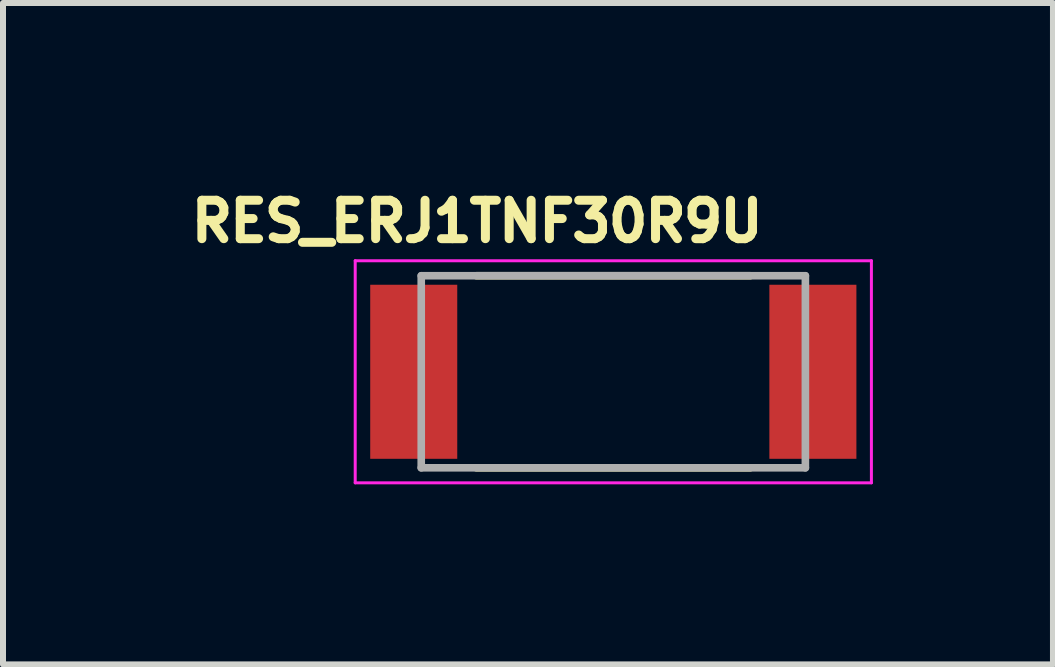
<source format=kicad_pcb>
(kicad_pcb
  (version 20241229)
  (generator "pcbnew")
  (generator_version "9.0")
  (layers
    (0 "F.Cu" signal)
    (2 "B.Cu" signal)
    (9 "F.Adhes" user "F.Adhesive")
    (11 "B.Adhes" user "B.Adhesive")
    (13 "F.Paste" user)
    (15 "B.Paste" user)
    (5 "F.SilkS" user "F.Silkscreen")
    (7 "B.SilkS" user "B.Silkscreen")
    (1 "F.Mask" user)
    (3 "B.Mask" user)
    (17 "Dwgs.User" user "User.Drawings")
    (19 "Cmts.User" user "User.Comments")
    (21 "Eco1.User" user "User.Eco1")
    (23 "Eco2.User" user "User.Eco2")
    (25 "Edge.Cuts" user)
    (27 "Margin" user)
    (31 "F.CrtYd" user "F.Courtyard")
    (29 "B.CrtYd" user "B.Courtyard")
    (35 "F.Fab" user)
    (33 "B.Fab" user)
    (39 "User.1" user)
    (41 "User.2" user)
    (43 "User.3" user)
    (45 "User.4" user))
  (footprint "RES_ERJ1TNF30R9U"
    (layer "F.Cu")
    (at 7.168 3.144)
    (property "Reference" "RES_ERJ1TNF30R9U" (at -2.268 -2.506 0) (layer "F.SilkS") (effects (font (size 0.64 0.64) (thickness 0.15))))
    (attr through_hole)
    (fp_line (start -2.28 -1.6) (end 2.28 -1.6) (stroke (width 0.127) (type solid)) (layer "F.SilkS"))
    (fp_line (start -2.28 1.6) (end 2.28 1.6) (stroke (width 0.127) (type solid)) (layer "F.SilkS"))
    (fp_line (start -4.3 -1.85) (end -4.3 1.85) (stroke (width 0.05) (type solid)) (layer "F.CrtYd"))
    (fp_line (start -4.3 1.85) (end 4.3 1.85) (stroke (width 0.05) (type solid)) (layer "F.CrtYd"))
    (fp_line (start 4.3 -1.85) (end -4.3 -1.85) (stroke (width 0.05) (type solid)) (layer "F.CrtYd"))
    (fp_line (start 4.3 1.85) (end 4.3 -1.85) (stroke (width 0.05) (type solid)) (layer "F.CrtYd"))
    (fp_line (start -3.2 -1.6) (end -3.2 1.6) (stroke (width 0.127) (type solid)) (layer "F.Fab"))
    (fp_line (start -3.2 -1.6) (end 3.2 -1.6) (stroke (width 0.127) (type solid)) (layer "F.Fab"))
    (fp_line (start -3.2 1.6) (end 3.2 1.6) (stroke (width 0.127) (type solid)) (layer "F.Fab"))
    (fp_line (start 3.2 -1.6) (end 3.2 1.6) (stroke (width 0.127) (type solid)) (layer "F.Fab"))
    (pad "1" smd rect (at -3.325 0) (size 1.45 2.9) (layers "F.Cu" "F.Mask" "F.Paste"))
    (pad "2" smd rect (at 3.325 0) (size 1.45 2.9) (layers "F.Cu" "F.Mask" "F.Paste")))
  (gr_rect
    (start -3 -3)
    (end 14.493 8.019)
    (stroke (width 0.1) (type default))
    (fill no)
    (layer "Edge.Cuts")))
</source>
